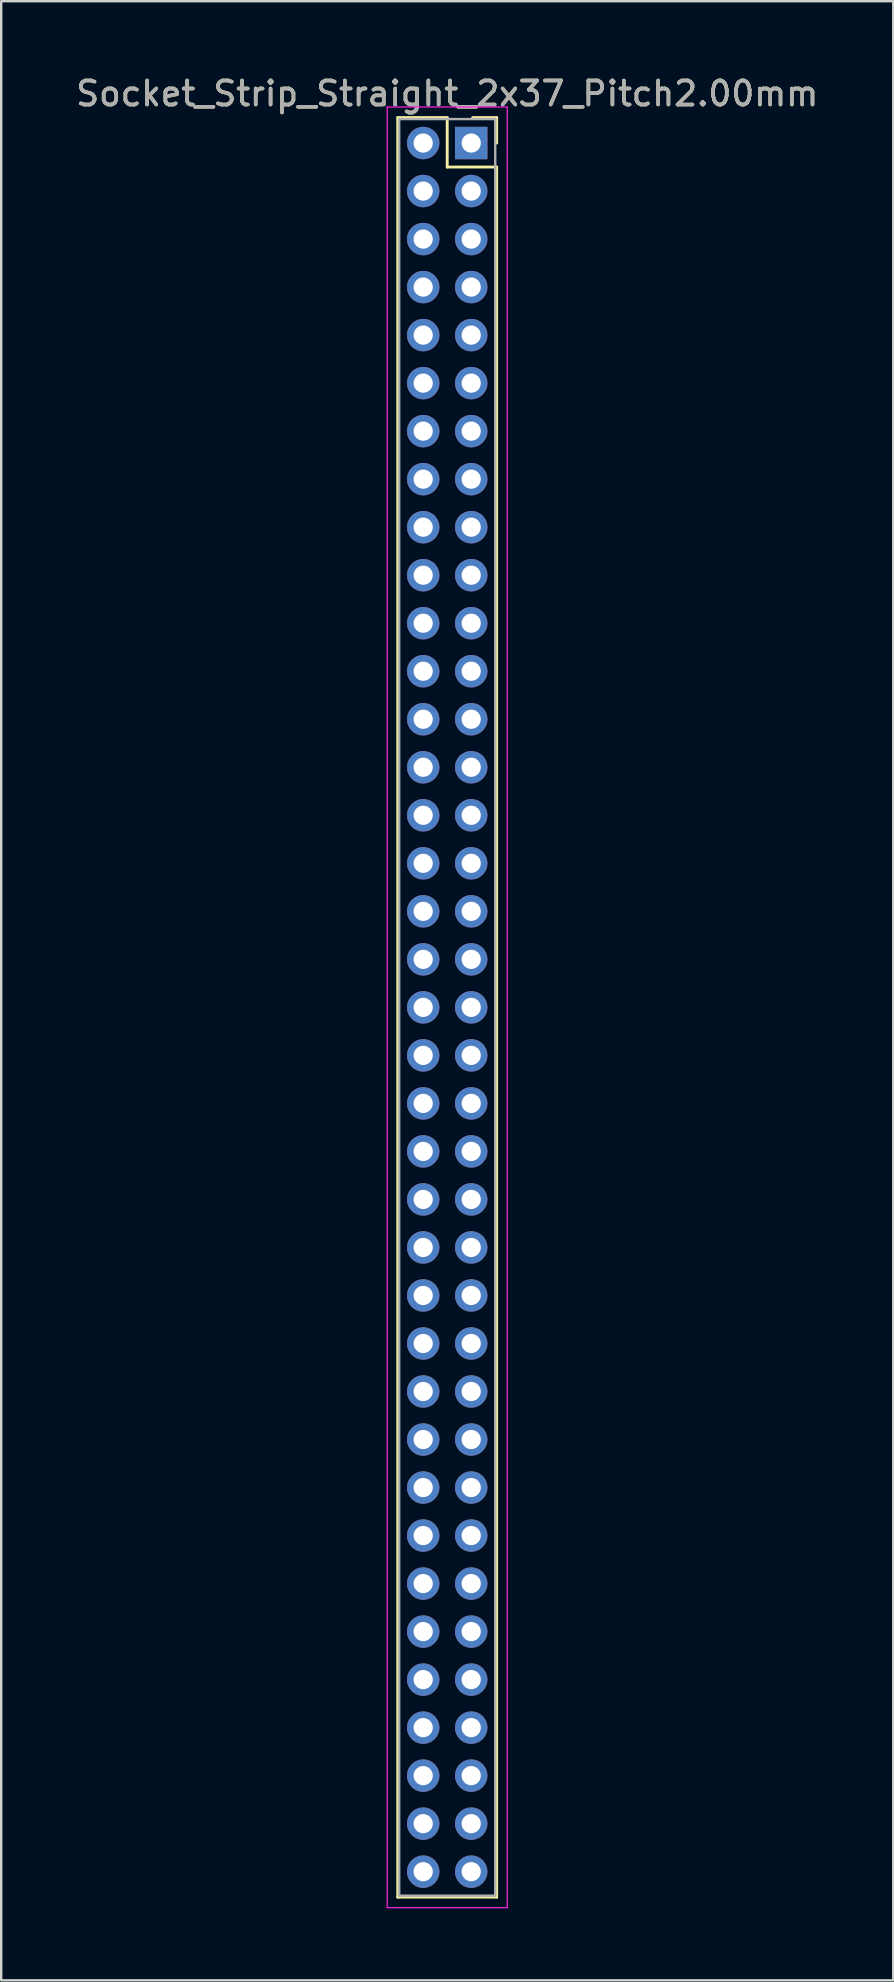
<source format=kicad_pcb>
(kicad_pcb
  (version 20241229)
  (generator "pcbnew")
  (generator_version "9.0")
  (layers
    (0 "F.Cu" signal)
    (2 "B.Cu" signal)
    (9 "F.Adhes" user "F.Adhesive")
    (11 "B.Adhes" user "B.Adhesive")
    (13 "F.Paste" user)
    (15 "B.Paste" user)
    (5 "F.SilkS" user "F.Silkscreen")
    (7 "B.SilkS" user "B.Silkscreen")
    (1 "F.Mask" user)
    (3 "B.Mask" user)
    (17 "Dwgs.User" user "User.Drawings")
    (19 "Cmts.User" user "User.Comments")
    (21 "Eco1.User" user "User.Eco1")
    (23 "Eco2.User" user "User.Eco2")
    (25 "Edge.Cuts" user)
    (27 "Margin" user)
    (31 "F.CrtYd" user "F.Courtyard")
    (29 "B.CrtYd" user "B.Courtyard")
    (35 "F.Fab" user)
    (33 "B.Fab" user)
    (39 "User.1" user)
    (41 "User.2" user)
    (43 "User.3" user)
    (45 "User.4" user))
  (footprint "Socket_Strip_Straight_2x37_Pitch2.00mm"
    (layer "F.Cu")
    (at 16.577 2.908)
    (property "Reference" "Socket_Strip_Straight_2x37_Pitch2.00mm" (at -1 -2.06 0) (layer "F.SilkS") (effects (font (size 1 1) (thickness 0.15))))
    (attr through_hole)
    (fp_line (start -3.06 -1.06) (end -1 -1.06) (stroke (width 0.12) (type solid)) (layer "F.SilkS"))
    (fp_line (start -3.06 73.06) (end -3.06 -1.06) (stroke (width 0.12) (type solid)) (layer "F.SilkS"))
    (fp_line (start -1 -1.06) (end -1 1) (stroke (width 0.12) (type solid)) (layer "F.SilkS"))
    (fp_line (start -1 1) (end 1.06 1) (stroke (width 0.12) (type solid)) (layer "F.SilkS"))
    (fp_line (start 1.06 -1.06) (end 0.06 -1.06) (stroke (width 0.12) (type solid)) (layer "F.SilkS"))
    (fp_line (start 1.06 0) (end 1.06 -1.06) (stroke (width 0.12) (type solid)) (layer "F.SilkS"))
    (fp_line (start 1.06 1) (end 1.06 73.06) (stroke (width 0.12) (type solid)) (layer "F.SilkS"))
    (fp_line (start 1.06 73.06) (end -3.06 73.06) (stroke (width 0.12) (type solid)) (layer "F.SilkS"))
    (fp_line (start -3.5 -1.5) (end -3.5 73.5) (stroke (width 0.05) (type solid)) (layer "F.CrtYd"))
    (fp_line (start -3.5 73.5) (end 1.5 73.5) (stroke (width 0.05) (type solid)) (layer "F.CrtYd"))
    (fp_line (start 1.5 -1.5) (end -3.5 -1.5) (stroke (width 0.05) (type solid)) (layer "F.CrtYd"))
    (fp_line (start 1.5 73.5) (end 1.5 -1.5) (stroke (width 0.05) (type solid)) (layer "F.CrtYd"))
    (fp_line (start -3 -1) (end -3 73) (stroke (width 0.1) (type solid)) (layer "F.Fab"))
    (fp_line (start -3 73) (end 1 73) (stroke (width 0.1) (type solid)) (layer "F.Fab"))
    (fp_line (start 1 -1) (end -3 -1) (stroke (width 0.1) (type solid)) (layer "F.Fab"))
    (fp_line (start 1 73) (end 1 -1) (stroke (width 0.1) (type solid)) (layer "F.Fab"))
    (fp_text user "${REFERENCE}" (at -1 -2.06 0) (layer "F.Fab") (effects (font (size 1 1) (thickness 0.15))))
    (pad "1" thru_hole rect (at 0 0) (size 1.35 1.35) (drill 0.8) (layers "*.Cu" "*.Mask"))
    (pad "2" thru_hole oval (at -2 0) (size 1.35 1.35) (drill 0.8) (layers "*.Cu" "*.Mask"))
    (pad "3" thru_hole oval (at 0 2) (size 1.35 1.35) (drill 0.8) (layers "*.Cu" "*.Mask"))
    (pad "4" thru_hole oval (at -2 2) (size 1.35 1.35) (drill 0.8) (layers "*.Cu" "*.Mask"))
    (pad "5" thru_hole oval (at 0 4) (size 1.35 1.35) (drill 0.8) (layers "*.Cu" "*.Mask"))
    (pad "6" thru_hole oval (at -2 4) (size 1.35 1.35) (drill 0.8) (layers "*.Cu" "*.Mask"))
    (pad "7" thru_hole oval (at 0 6) (size 1.35 1.35) (drill 0.8) (layers "*.Cu" "*.Mask"))
    (pad "8" thru_hole oval (at -2 6) (size 1.35 1.35) (drill 0.8) (layers "*.Cu" "*.Mask"))
    (pad "9" thru_hole oval (at 0 8) (size 1.35 1.35) (drill 0.8) (layers "*.Cu" "*.Mask"))
    (pad "10" thru_hole oval (at -2 8) (size 1.35 1.35) (drill 0.8) (layers "*.Cu" "*.Mask"))
    (pad "11" thru_hole oval (at 0 10) (size 1.35 1.35) (drill 0.8) (layers "*.Cu" "*.Mask"))
    (pad "12" thru_hole oval (at -2 10) (size 1.35 1.35) (drill 0.8) (layers "*.Cu" "*.Mask"))
    (pad "13" thru_hole oval (at 0 12) (size 1.35 1.35) (drill 0.8) (layers "*.Cu" "*.Mask"))
    (pad "14" thru_hole oval (at -2 12) (size 1.35 1.35) (drill 0.8) (layers "*.Cu" "*.Mask"))
    (pad "15" thru_hole oval (at 0 14) (size 1.35 1.35) (drill 0.8) (layers "*.Cu" "*.Mask"))
    (pad "16" thru_hole oval (at -2 14) (size 1.35 1.35) (drill 0.8) (layers "*.Cu" "*.Mask"))
    (pad "17" thru_hole oval (at 0 16) (size 1.35 1.35) (drill 0.8) (layers "*.Cu" "*.Mask"))
    (pad "18" thru_hole oval (at -2 16) (size 1.35 1.35) (drill 0.8) (layers "*.Cu" "*.Mask"))
    (pad "19" thru_hole oval (at 0 18) (size 1.35 1.35) (drill 0.8) (layers "*.Cu" "*.Mask"))
    (pad "20" thru_hole oval (at -2 18) (size 1.35 1.35) (drill 0.8) (layers "*.Cu" "*.Mask"))
    (pad "21" thru_hole oval (at 0 20) (size 1.35 1.35) (drill 0.8) (layers "*.Cu" "*.Mask"))
    (pad "22" thru_hole oval (at -2 20) (size 1.35 1.35) (drill 0.8) (layers "*.Cu" "*.Mask"))
    (pad "23" thru_hole oval (at 0 22) (size 1.35 1.35) (drill 0.8) (layers "*.Cu" "*.Mask"))
    (pad "24" thru_hole oval (at -2 22) (size 1.35 1.35) (drill 0.8) (layers "*.Cu" "*.Mask"))
    (pad "25" thru_hole oval (at 0 24) (size 1.35 1.35) (drill 0.8) (layers "*.Cu" "*.Mask"))
    (pad "26" thru_hole oval (at -2 24) (size 1.35 1.35) (drill 0.8) (layers "*.Cu" "*.Mask"))
    (pad "27" thru_hole oval (at 0 26) (size 1.35 1.35) (drill 0.8) (layers "*.Cu" "*.Mask"))
    (pad "28" thru_hole oval (at -2 26) (size 1.35 1.35) (drill 0.8) (layers "*.Cu" "*.Mask"))
    (pad "29" thru_hole oval (at 0 28) (size 1.35 1.35) (drill 0.8) (layers "*.Cu" "*.Mask"))
    (pad "30" thru_hole oval (at -2 28) (size 1.35 1.35) (drill 0.8) (layers "*.Cu" "*.Mask"))
    (pad "31" thru_hole oval (at 0 30) (size 1.35 1.35) (drill 0.8) (layers "*.Cu" "*.Mask"))
    (pad "32" thru_hole oval (at -2 30) (size 1.35 1.35) (drill 0.8) (layers "*.Cu" "*.Mask"))
    (pad "33" thru_hole oval (at 0 32) (size 1.35 1.35) (drill 0.8) (layers "*.Cu" "*.Mask"))
    (pad "34" thru_hole oval (at -2 32) (size 1.35 1.35) (drill 0.8) (layers "*.Cu" "*.Mask"))
    (pad "35" thru_hole oval (at 0 34) (size 1.35 1.35) (drill 0.8) (layers "*.Cu" "*.Mask"))
    (pad "36" thru_hole oval (at -2 34) (size 1.35 1.35) (drill 0.8) (layers "*.Cu" "*.Mask"))
    (pad "37" thru_hole oval (at 0 36) (size 1.35 1.35) (drill 0.8) (layers "*.Cu" "*.Mask"))
    (pad "38" thru_hole oval (at -2 36) (size 1.35 1.35) (drill 0.8) (layers "*.Cu" "*.Mask"))
    (pad "39" thru_hole oval (at 0 38) (size 1.35 1.35) (drill 0.8) (layers "*.Cu" "*.Mask"))
    (pad "40" thru_hole oval (at -2 38) (size 1.35 1.35) (drill 0.8) (layers "*.Cu" "*.Mask"))
    (pad "41" thru_hole oval (at 0 40) (size 1.35 1.35) (drill 0.8) (layers "*.Cu" "*.Mask"))
    (pad "42" thru_hole oval (at -2 40) (size 1.35 1.35) (drill 0.8) (layers "*.Cu" "*.Mask"))
    (pad "43" thru_hole oval (at 0 42) (size 1.35 1.35) (drill 0.8) (layers "*.Cu" "*.Mask"))
    (pad "44" thru_hole oval (at -2 42) (size 1.35 1.35) (drill 0.8) (layers "*.Cu" "*.Mask"))
    (pad "45" thru_hole oval (at 0 44) (size 1.35 1.35) (drill 0.8) (layers "*.Cu" "*.Mask"))
    (pad "46" thru_hole oval (at -2 44) (size 1.35 1.35) (drill 0.8) (layers "*.Cu" "*.Mask"))
    (pad "47" thru_hole oval (at 0 46) (size 1.35 1.35) (drill 0.8) (layers "*.Cu" "*.Mask"))
    (pad "48" thru_hole oval (at -2 46) (size 1.35 1.35) (drill 0.8) (layers "*.Cu" "*.Mask"))
    (pad "49" thru_hole oval (at 0 48) (size 1.35 1.35) (drill 0.8) (layers "*.Cu" "*.Mask"))
    (pad "50" thru_hole oval (at -2 48) (size 1.35 1.35) (drill 0.8) (layers "*.Cu" "*.Mask"))
    (pad "51" thru_hole oval (at 0 50) (size 1.35 1.35) (drill 0.8) (layers "*.Cu" "*.Mask"))
    (pad "52" thru_hole oval (at -2 50) (size 1.35 1.35) (drill 0.8) (layers "*.Cu" "*.Mask"))
    (pad "53" thru_hole oval (at 0 52) (size 1.35 1.35) (drill 0.8) (layers "*.Cu" "*.Mask"))
    (pad "54" thru_hole oval (at -2 52) (size 1.35 1.35) (drill 0.8) (layers "*.Cu" "*.Mask"))
    (pad "55" thru_hole oval (at 0 54) (size 1.35 1.35) (drill 0.8) (layers "*.Cu" "*.Mask"))
    (pad "56" thru_hole oval (at -2 54) (size 1.35 1.35) (drill 0.8) (layers "*.Cu" "*.Mask"))
    (pad "57" thru_hole oval (at 0 56) (size 1.35 1.35) (drill 0.8) (layers "*.Cu" "*.Mask"))
    (pad "58" thru_hole oval (at -2 56) (size 1.35 1.35) (drill 0.8) (layers "*.Cu" "*.Mask"))
    (pad "59" thru_hole oval (at 0 58) (size 1.35 1.35) (drill 0.8) (layers "*.Cu" "*.Mask"))
    (pad "60" thru_hole oval (at -2 58) (size 1.35 1.35) (drill 0.8) (layers "*.Cu" "*.Mask"))
    (pad "61" thru_hole oval (at 0 60) (size 1.35 1.35) (drill 0.8) (layers "*.Cu" "*.Mask"))
    (pad "62" thru_hole oval (at -2 60) (size 1.35 1.35) (drill 0.8) (layers "*.Cu" "*.Mask"))
    (pad "63" thru_hole oval (at 0 62) (size 1.35 1.35) (drill 0.8) (layers "*.Cu" "*.Mask"))
    (pad "64" thru_hole oval (at -2 62) (size 1.35 1.35) (drill 0.8) (layers "*.Cu" "*.Mask"))
    (pad "65" thru_hole oval (at 0 64) (size 1.35 1.35) (drill 0.8) (layers "*.Cu" "*.Mask"))
    (pad "66" thru_hole oval (at -2 64) (size 1.35 1.35) (drill 0.8) (layers "*.Cu" "*.Mask"))
    (pad "67" thru_hole oval (at 0 66) (size 1.35 1.35) (drill 0.8) (layers "*.Cu" "*.Mask"))
    (pad "68" thru_hole oval (at -2 66) (size 1.35 1.35) (drill 0.8) (layers "*.Cu" "*.Mask"))
    (pad "69" thru_hole oval (at 0 68) (size 1.35 1.35) (drill 0.8) (layers "*.Cu" "*.Mask"))
    (pad "70" thru_hole oval (at -2 68) (size 1.35 1.35) (drill 0.8) (layers "*.Cu" "*.Mask"))
    (pad "71" thru_hole oval (at 0 70) (size 1.35 1.35) (drill 0.8) (layers "*.Cu" "*.Mask"))
    (pad "72" thru_hole oval (at -2 70) (size 1.35 1.35) (drill 0.8) (layers "*.Cu" "*.Mask"))
    (pad "73" thru_hole oval (at 0 72) (size 1.35 1.35) (drill 0.8) (layers "*.Cu" "*.Mask"))
    (pad "74" thru_hole oval (at -2 72) (size 1.35 1.35) (drill 0.8) (layers "*.Cu" "*.Mask")))
  (gr_rect
    (start -3 -3)
    (end 34.155 79.433)
    (stroke (width 0.1) (type default))
    (fill no)
    (layer "Edge.Cuts")))
</source>
